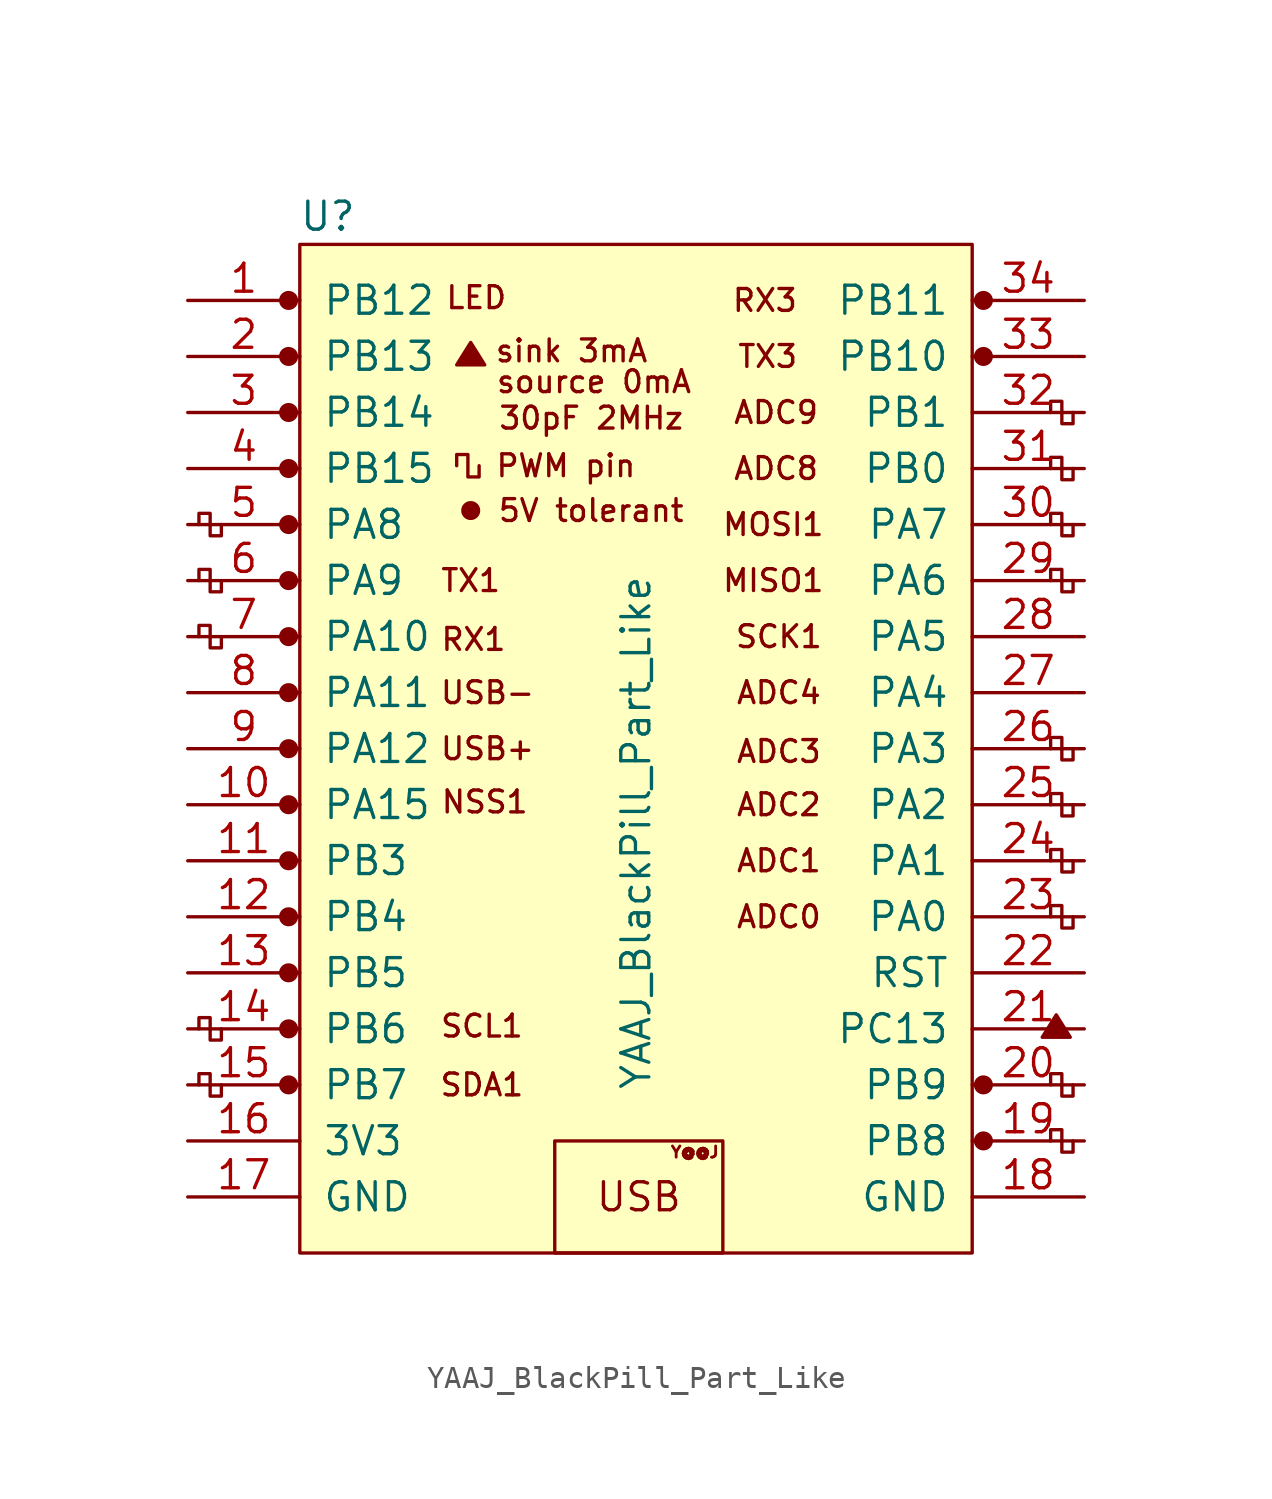
<source format=kicad_sym>
(kicad_symbol_lib
  (version 20231120)
  (generator "kicad_symbol_editor")
  (generator_version "8.0")
  (symbol "YAAJ_BlackPill_Part_Like"
    (pin_names
      (offset 1.016))
    (property "Reference" "U"
      (at -13.97 24.13 0)
      (effects (font (size 1.27 1.27))))
    (property "Value" "YAAJ_BlackPill_Part_Like"
      (at 0 -3.81 90)
      (effects (font (size 1.27 1.27))))
    (symbol "YAAJ_BlackPill_Part_Like_0_0"
      (circle (center -15.748 -15.24) (radius 0.356) (stroke (width 0) (type solid)) (fill (type outline)))
      (circle (center -15.748 -12.7) (radius 0.356) (stroke (width 0) (type solid)) (fill (type outline)))
      (circle (center -15.748 -10.16) (radius 0.356) (stroke (width 0) (type solid)) (fill (type outline)))
      (circle (center -15.748 -7.62) (radius 0.356) (stroke (width 0) (type solid)) (fill (type outline)))
      (circle (center -15.748 -5.08) (radius 0.356) (stroke (width 0) (type solid)) (fill (type outline)))
      (circle (center -15.748 -2.54) (radius 0.356) (stroke (width 0) (type solid)) (fill (type outline)))
      (circle (center -15.748 0) (radius 0.356) (stroke (width 0) (type solid)) (fill (type outline)))
      (circle (center -15.748 2.54) (radius 0.356) (stroke (width 0) (type solid)) (fill (type outline)))
      (circle (center -15.748 5.08) (radius 0.356) (stroke (width 0) (type solid)) (fill (type outline)))
      (circle (center -15.748 7.62) (radius 0.356) (stroke (width 0) (type solid)) (fill (type outline)))
      (circle (center -15.748 10.16) (radius 0.356) (stroke (width 0) (type solid)) (fill (type outline)))
      (circle (center -15.748 12.7) (radius 0.356) (stroke (width 0) (type solid)) (fill (type outline)))
      (circle (center -15.748 15.24) (radius 0.356) (stroke (width 0) (type solid)) (fill (type outline)))
      (circle (center -15.748 20.32) (radius 0.356) (stroke (width 0) (type solid)) (fill (type outline)))
      (circle (center -7.493 10.795) (radius 0.127) (stroke (width 0) (type solid)) (fill (type outline)))
      (circle (center -7.493 10.795) (radius 0.254) (stroke (width 0) (type solid)) (fill (type none)))
      (circle (center -7.493 10.795) (radius 0.356) (stroke (width 0) (type solid)) (fill (type none)))
      (polyline (pts (xy -8.128 17.399) (xy -7.493 18.415) (xy -6.858 17.399) (xy -8.128 17.399) (xy -7.493 18.288) (xy -6.985 17.399) (xy -8.001 17.526) (xy -7.493 18.161) (xy -7.112 17.399) (xy -7.874 17.653) (xy -7.366 18.034) (xy -7.239 17.399) (xy -7.747 17.78) (xy -7.239 17.907) (xy -7.366 17.526) (xy -7.62 17.78) (xy -7.366 17.653) (xy -7.493 17.907)) (stroke (width 0) (type solid)) (fill (type none)))
      (polyline (pts (xy 18.415 -13.081) (xy 19.05 -12.065) (xy 19.685 -13.081) (xy 18.415 -13.081) (xy 19.05 -12.192) (xy 19.558 -13.081) (xy 18.542 -12.954) (xy 19.05 -12.319) (xy 19.431 -13.081) (xy 18.669 -12.827) (xy 19.177 -12.446) (xy 19.304 -13.081) (xy 18.796 -12.7) (xy 19.304 -12.573) (xy 19.177 -12.954) (xy 18.923 -12.7) (xy 19.177 -12.827) (xy 19.05 -12.573)) (stroke (width 0) (type solid)) (fill (type none)))
      (circle (center 15.748 -17.78) (radius 0.356) (stroke (width 0) (type solid)) (fill (type outline)))
      (circle (center 15.748 -15.24) (radius 0.356) (stroke (width 0) (type solid)) (fill (type outline)))
      (circle (center 15.748 17.78) (radius 0.254) (stroke (width 0) (type solid)) (fill (type outline)))
      (circle (center 15.748 17.78) (radius 0.356) (stroke (width 0) (type solid)) (fill (type none)))
      (circle (center 15.748 20.32) (radius 0.254) (stroke (width 0) (type solid)) (fill (type outline)))
      (circle (center 15.748 20.32) (radius 0.356) (stroke (width 0) (type solid)) (fill (type none)))
      (text "30pF 2MHz" (at -2.032 14.986 0) (effects (font (size 0.991 0.991))))
      (text "5V tolerant" (at -2.032 10.795 0) (effects (font (size 0.991 0.991))))
      (text "ADC0" (at 6.477 -7.62 0) (effects (font (size 0.991 0.991))))
      (text "ADC1" (at 6.477 -5.08 0) (effects (font (size 0.991 0.991))))
      (text "ADC2" (at 6.477 -2.54 0) (effects (font (size 0.991 0.991))))
      (text "ADC3" (at 6.477 -0.127 0) (effects (font (size 0.991 0.991))))
      (text "ADC4" (at 6.477 2.54 0) (effects (font (size 0.991 0.991))))
      (text "ADC8" (at 6.35 12.7 0) (effects (font (size 0.991 0.991))))
      (text "ADC9" (at 6.35 15.24 0) (effects (font (size 0.991 0.991))))
      (text "LED" (at -7.239 20.447 0) (effects (font (size 0.991 0.991))))
      (text "MISO1" (at 6.223 7.62 0) (effects (font (size 0.991 0.991))))
      (text "MOSI1" (at 6.223 10.16 0) (effects (font (size 0.991 0.991))))
      (text "NSS1" (at -6.858 -2.413 0) (effects (font (size 0.991 0.991))))
      (text "PWM pin" (at -3.175 12.827 0) (effects (font (size 0.991 0.991))))
      (text "RX1" (at -7.366 4.953 0) (effects (font (size 0.991 0.991))))
      (text "RX3" (at 5.842 20.32 0) (effects (font (size 0.991 0.991))))
      (text "SCK1" (at 6.477 5.08 0) (effects (font (size 0.991 0.991))))
      (text "SCL1" (at -6.985 -12.573 0) (effects (font (size 0.991 0.991))))
      (text "SDA1" (at -6.985 -15.24 0) (effects (font (size 0.991 0.991))))
      (text "sink 3mA" (at -2.921 18.034 0) (effects (font (size 0.991 0.991))))
      (text "source 0mA" (at -1.905 16.637 0) (effects (font (size 0.991 0.991))))
      (text "TX1" (at -7.493 7.62 0) (effects (font (size 0.991 0.991))))
      (text "TX3" (at 5.969 17.78 0) (effects (font (size 0.991 0.991))))
      (text "USB" (at 0.127 -20.32 0) (effects (font (size 1.27 1.27))))
      (text "USB+" (at -6.731 0 0) (effects (font (size 0.991 0.991))))
      (text "USB-" (at -6.731 2.54 0) (effects (font (size 0.991 0.991))))
      (text "Y@@J" (at 2.667 -18.288 0) (effects (font (size 0.508 0.508)))))
    (symbol "YAAJ_BlackPill_Part_Like_0_1"
      (rectangle (start -15.24 22.86) (end 15.24 -22.86) (stroke (width 0) (type solid)) (fill (type background)))
      (polyline (pts (xy -18.796 -15.24) (xy -18.796 -15.748) (xy -19.304 -15.748) (xy -19.304 -14.732) (xy -19.812 -14.732) (xy -19.812 -15.24)) (stroke (width 0) (type solid)) (fill (type none)))
      (polyline (pts (xy -18.796 -12.7) (xy -18.796 -13.208) (xy -19.304 -13.208) (xy -19.304 -12.192) (xy -19.812 -12.192) (xy -19.812 -12.7)) (stroke (width 0) (type solid)) (fill (type none)))
      (polyline (pts (xy -18.796 5.08) (xy -18.796 4.572) (xy -19.304 4.572) (xy -19.304 5.588) (xy -19.812 5.588) (xy -19.812 5.08)) (stroke (width 0) (type solid)) (fill (type none)))
      (polyline (pts (xy -18.796 7.62) (xy -18.796 7.112) (xy -19.304 7.112) (xy -19.304 8.128) (xy -19.812 8.128) (xy -19.812 7.62)) (stroke (width 0) (type solid)) (fill (type none)))
      (polyline (pts (xy -18.796 10.16) (xy -18.796 9.652) (xy -19.304 9.652) (xy -19.304 10.668) (xy -19.812 10.668) (xy -19.812 10.16)) (stroke (width 0) (type solid)) (fill (type none)))
      (polyline (pts (xy -7.112 12.827) (xy -7.112 12.319) (xy -7.62 12.319) (xy -7.62 13.335) (xy -8.128 13.335) (xy -8.128 12.827)) (stroke (width 0) (type solid)) (fill (type none)))
      (polyline (pts (xy 18.796 -17.78) (xy 18.796 -17.272) (xy 19.304 -17.272) (xy 19.304 -18.288) (xy 19.812 -18.288) (xy 19.812 -17.78)) (stroke (width 0) (type solid)) (fill (type none)))
      (polyline (pts (xy 18.796 -15.24) (xy 18.796 -14.732) (xy 19.304 -14.732) (xy 19.304 -15.748) (xy 19.812 -15.748) (xy 19.812 -15.24)) (stroke (width 0) (type solid)) (fill (type none)))
      (polyline (pts (xy 19.812 -7.62) (xy 19.812 -8.128) (xy 19.304 -8.128) (xy 19.304 -7.112) (xy 18.796 -7.112) (xy 18.796 -7.62)) (stroke (width 0) (type solid)) (fill (type none)))
      (polyline (pts (xy 19.812 -5.08) (xy 19.812 -5.588) (xy 19.304 -5.588) (xy 19.304 -4.572) (xy 18.796 -4.572) (xy 18.796 -5.08)) (stroke (width 0) (type solid)) (fill (type none)))
      (polyline (pts (xy 19.812 -2.54) (xy 19.812 -3.048) (xy 19.304 -3.048) (xy 19.304 -2.032) (xy 18.796 -2.032) (xy 18.796 -2.54)) (stroke (width 0) (type solid)) (fill (type none)))
      (polyline (pts (xy 19.812 0) (xy 19.812 -0.508) (xy 19.304 -0.508) (xy 19.304 0.508) (xy 18.796 0.508) (xy 18.796 0)) (stroke (width 0) (type solid)) (fill (type none)))
      (polyline (pts (xy 19.812 7.62) (xy 19.812 7.112) (xy 19.304 7.112) (xy 19.304 8.128) (xy 18.796 8.128) (xy 18.796 7.62)) (stroke (width 0) (type solid)) (fill (type none)))
      (polyline (pts (xy 19.812 10.16) (xy 19.812 9.652) (xy 19.304 9.652) (xy 19.304 10.668) (xy 18.796 10.668) (xy 18.796 10.16)) (stroke (width 0) (type solid)) (fill (type none)))
      (polyline (pts (xy 19.812 12.7) (xy 19.812 12.192) (xy 19.304 12.192) (xy 19.304 13.208) (xy 18.796 13.208) (xy 18.796 12.7)) (stroke (width 0) (type solid)) (fill (type none)))
      (polyline (pts (xy 19.812 15.24) (xy 19.812 14.732) (xy 19.304 14.732) (xy 19.304 15.748) (xy 18.796 15.748) (xy 18.796 15.24)) (stroke (width 0) (type solid)) (fill (type none)))
      (rectangle (start 3.937 -17.78) (end -3.683 -22.86) (stroke (width 0) (type solid)) (fill (type none))))
    (symbol "YAAJ_BlackPill_Part_Like_1_1"
      (circle (center -15.748 17.78) (radius 0.356) (stroke (width 0) (type solid)) (fill (type outline)))
      (pin bidirectional line (at -20.32 20.32 0) (length 5.08) (name "PB12" (effects (font (size 1.27 1.27)))) (number "1" (effects (font (size 1.27 1.27)))))
      (pin bidirectional line (at -20.32 -2.54 0) (length 5.08) (name "PA15" (effects (font (size 1.27 1.27)))) (number "10" (effects (font (size 1.27 1.27)))))
      (pin bidirectional line (at -20.32 -5.08 0) (length 5.08) (name "PB3" (effects (font (size 1.27 1.27)))) (number "11" (effects (font (size 1.27 1.27)))))
      (pin bidirectional line (at -20.32 -7.62 0) (length 5.08) (name "PB4" (effects (font (size 1.27 1.27)))) (number "12" (effects (font (size 1.27 1.27)))))
      (pin bidirectional line (at -20.32 -10.16 0) (length 5.08) (name "PB5" (effects (font (size 1.27 1.27)))) (number "13" (effects (font (size 1.27 1.27)))))
      (pin bidirectional line (at -20.32 -12.7 0) (length 5.08) (name "PB6" (effects (font (size 1.27 1.27)))) (number "14" (effects (font (size 1.27 1.27)))))
      (pin bidirectional line (at -20.32 -15.24 0) (length 5.08) (name "PB7" (effects (font (size 1.27 1.27)))) (number "15" (effects (font (size 1.27 1.27)))))
      (pin power_in line (at -20.32 -17.78 0) (length 5.08) (name "3V3" (effects (font (size 1.27 1.27)))) (number "16" (effects (font (size 1.27 1.27)))))
      (pin power_in line (at -20.32 -20.32 0) (length 5.08) (name "GND" (effects (font (size 1.27 1.27)))) (number "17" (effects (font (size 1.27 1.27)))))
      (pin power_in line (at 20.32 -20.32 180) (length 5.08) (name "GND" (effects (font (size 1.27 1.27)))) (number "18" (effects (font (size 1.27 1.27)))))
      (pin bidirectional line (at 20.32 -17.78 180) (length 5.08) (name "PB8" (effects (font (size 1.27 1.27)))) (number "19" (effects (font (size 1.27 1.27)))))
      (pin bidirectional line (at -20.32 17.78 0) (length 5.08) (name "PB13" (effects (font (size 1.27 1.27)))) (number "2" (effects (font (size 1.27 1.27)))))
      (pin bidirectional line (at 20.32 -15.24 180) (length 5.08) (name "PB9" (effects (font (size 1.27 1.27)))) (number "20" (effects (font (size 1.27 1.27)))))
      (pin bidirectional line (at 20.32 -12.7 180) (length 5.08) (name "PC13" (effects (font (size 1.27 1.27)))) (number "21" (effects (font (size 1.27 1.27)))))
      (pin input line (at 20.32 -10.16 180) (length 5.08) (name "RST" (effects (font (size 1.27 1.27)))) (number "22" (effects (font (size 1.27 1.27)))))
      (pin bidirectional line (at 20.32 -7.62 180) (length 5.08) (name "PA0" (effects (font (size 1.27 1.27)))) (number "23" (effects (font (size 1.27 1.27)))))
      (pin bidirectional line (at 20.32 -5.08 180) (length 5.08) (name "PA1" (effects (font (size 1.27 1.27)))) (number "24" (effects (font (size 1.27 1.27)))))
      (pin bidirectional line (at 20.32 -2.54 180) (length 5.08) (name "PA2" (effects (font (size 1.27 1.27)))) (number "25" (effects (font (size 1.27 1.27)))))
      (pin bidirectional line (at 20.32 0 180) (length 5.08) (name "PA3" (effects (font (size 1.27 1.27)))) (number "26" (effects (font (size 1.27 1.27)))))
      (pin bidirectional line (at 20.32 2.54 180) (length 5.08) (name "PA4" (effects (font (size 1.27 1.27)))) (number "27" (effects (font (size 1.27 1.27)))))
      (pin bidirectional line (at 20.32 5.08 180) (length 5.08) (name "PA5" (effects (font (size 1.27 1.27)))) (number "28" (effects (font (size 1.27 1.27)))))
      (pin bidirectional line (at 20.32 7.62 180) (length 5.08) (name "PA6" (effects (font (size 1.27 1.27)))) (number "29" (effects (font (size 1.27 1.27)))))
      (pin bidirectional line (at -20.32 15.24 0) (length 5.08) (name "PB14" (effects (font (size 1.27 1.27)))) (number "3" (effects (font (size 1.27 1.27)))))
      (pin bidirectional line (at 20.32 10.16 180) (length 5.08) (name "PA7" (effects (font (size 1.27 1.27)))) (number "30" (effects (font (size 1.27 1.27)))))
      (pin bidirectional line (at 20.32 12.7 180) (length 5.08) (name "PB0" (effects (font (size 1.27 1.27)))) (number "31" (effects (font (size 1.27 1.27)))))
      (pin bidirectional line (at 20.32 15.24 180) (length 5.08) (name "PB1" (effects (font (size 1.27 1.27)))) (number "32" (effects (font (size 1.27 1.27)))))
      (pin bidirectional line (at 20.32 17.78 180) (length 5.08) (name "PB10" (effects (font (size 1.27 1.27)))) (number "33" (effects (font (size 1.27 1.27)))))
      (pin bidirectional line (at 20.32 20.32 180) (length 5.08) (name "PB11" (effects (font (size 1.27 1.27)))) (number "34" (effects (font (size 1.27 1.27)))))
      (pin bidirectional line (at -20.32 12.7 0) (length 5.08) (name "PB15" (effects (font (size 1.27 1.27)))) (number "4" (effects (font (size 1.27 1.27)))))
      (pin bidirectional line (at -20.32 10.16 0) (length 5.08) (name "PA8" (effects (font (size 1.27 1.27)))) (number "5" (effects (font (size 1.27 1.27)))))
      (pin bidirectional line (at -20.32 7.62 0) (length 5.08) (name "PA9" (effects (font (size 1.27 1.27)))) (number "6" (effects (font (size 1.27 1.27)))))
      (pin bidirectional line (at -20.32 5.08 0) (length 5.08) (name "PA10" (effects (font (size 1.27 1.27)))) (number "7" (effects (font (size 1.27 1.27)))))
      (pin bidirectional line (at -20.32 2.54 0) (length 5.08) (name "PA11" (effects (font (size 1.27 1.27)))) (number "8" (effects (font (size 1.27 1.27)))))
      (pin bidirectional line (at -20.32 0 0) (length 5.08) (name "PA12" (effects (font (size 1.27 1.27)))) (number "9" (effects (font (size 1.27 1.27))))))))
</source>
